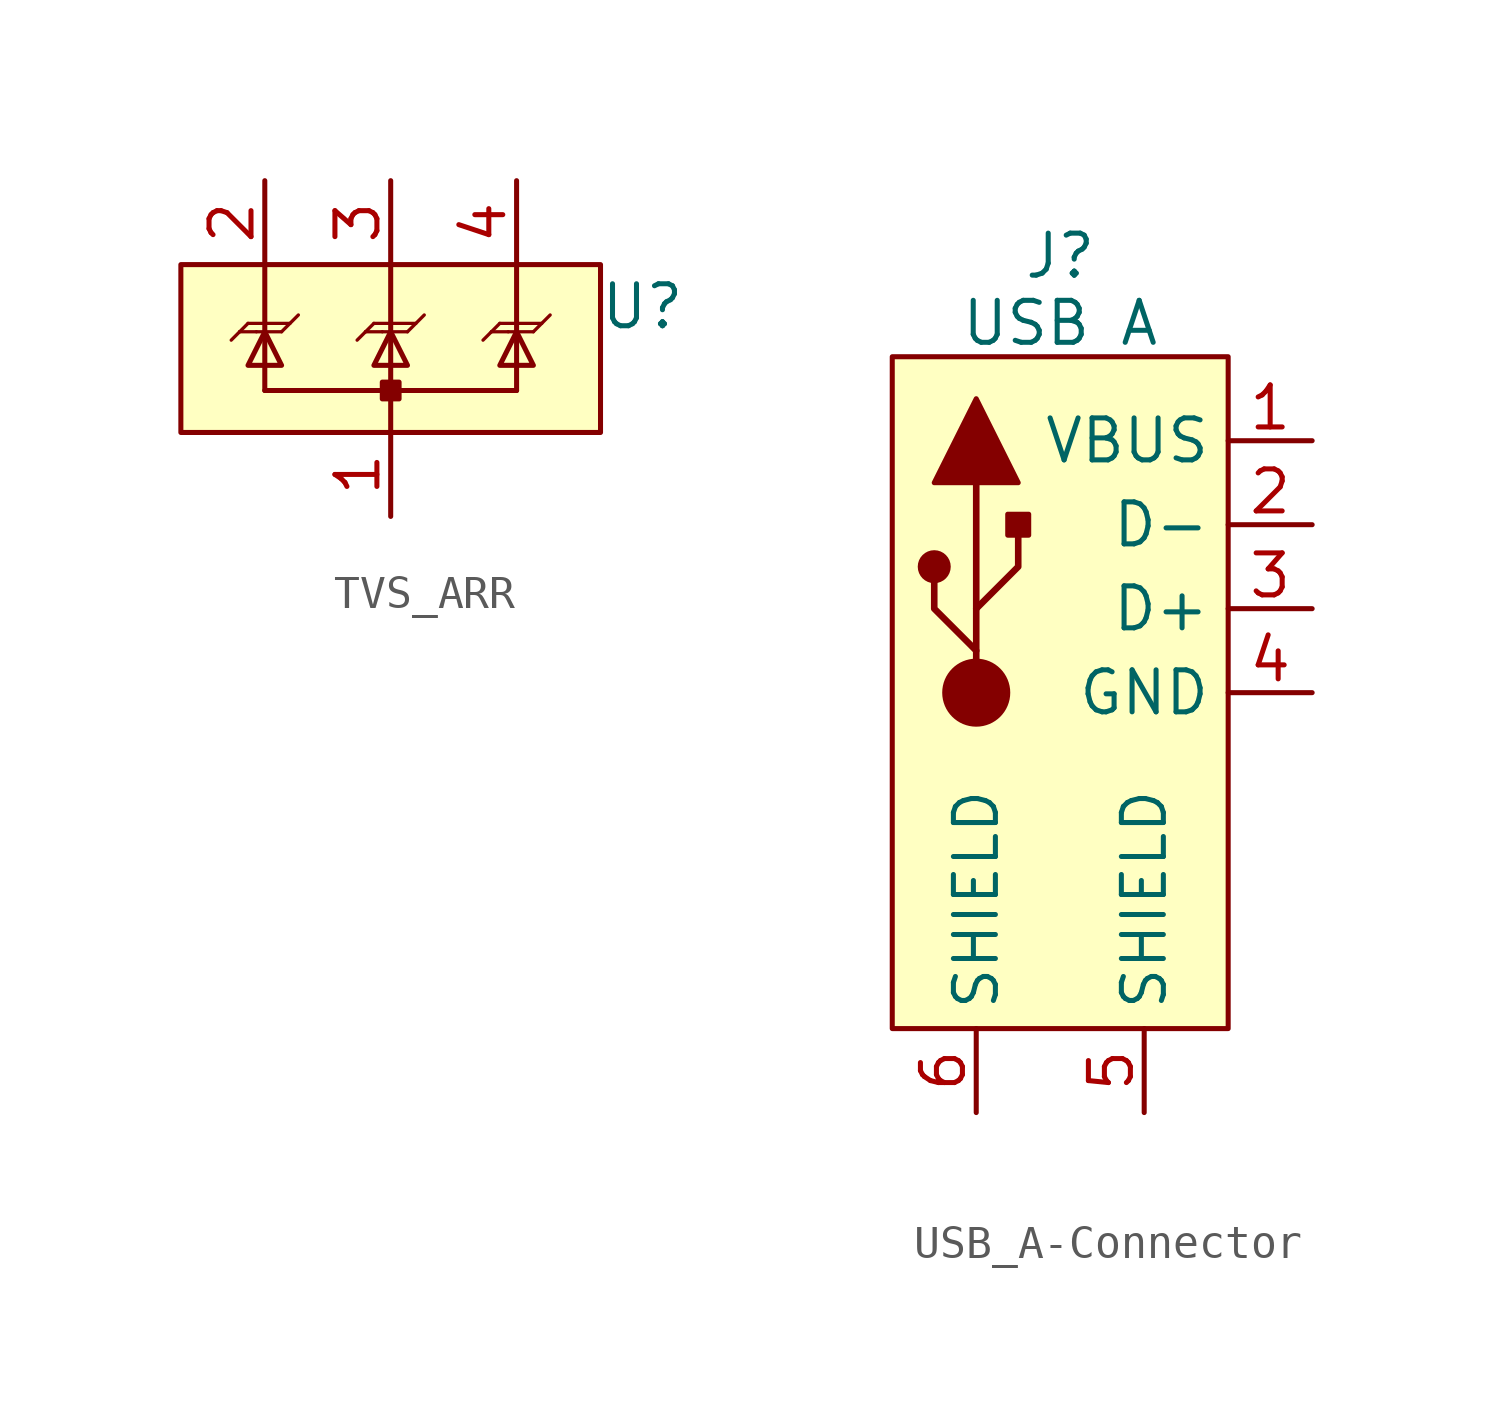
<source format=kicad_sym>
(kicad_symbol_lib
  (version 20241209)
  (generator "kicad_symbol_editor")
  (generator_version "9.0")
  (symbol "TVS_ARR"
    (pin_names
      (offset 0)
      (hide yes))
    (property "Reference" "U"
      (at 7.62 1.27 0)
      (effects (font (size 1.27 1.27))))
    (property "Value" ""
      (at 0 0 0)
      (effects (font (size 1.27 1.27))))
    (symbol "TVS_ARR_0_1"
      (polyline (pts (xy -3.81 -1.27) (xy 0 -1.27)) (stroke (width 0) (type default)) (fill (type none)))
      (polyline (pts (xy 0 -1.27) (xy 0 -2.54)) (stroke (width 0) (type default)) (fill (type none)))
      (polyline (pts (xy 3.81 -1.27) (xy 0 -1.27)) (stroke (width 0) (type default)) (fill (type none))))
    (symbol "TVS_ARR_1_1"
      (rectangle (start -6.35 2.54) (end 6.35 -2.54) (stroke (width 0) (type solid)) (fill (type background)))
      (polyline (pts (xy -4.572 0.508) (xy -4.826 0.254)) (stroke (width 0.1) (type solid)) (fill (type none)))
      (polyline (pts (xy -4.572 0.508) (xy -4.318 0.762)) (stroke (width 0.1) (type solid)) (fill (type none)))
      (polyline (pts (xy -4.318 0.762) (xy -3.048 0.762)) (stroke (width 0.1) (type solid)) (fill (type none)))
      (polyline (pts (xy -4.064 0.508) (xy -4.572 0.508)) (stroke (width 0.1) (type solid)) (fill (type none)))
      (polyline (pts (xy -4.064 0.508) (xy -3.302 0.508)) (stroke (width 0.1) (type solid)) (fill (type none)))
      (polyline (pts (xy -3.81 0.508) (xy -4.318 -0.508) (xy -3.302 -0.508) (xy -3.81 0.508)) (stroke (width 0) (type default)) (fill (type none)))
      (polyline (pts (xy -3.81 -1.27) (xy -3.81 2.54)) (stroke (width 0) (type default)) (fill (type none)))
      (polyline (pts (xy -3.302 0.508) (xy -2.794 1.016)) (stroke (width 0.1) (type solid)) (fill (type none)))
      (polyline (pts (xy -0.762 0.508) (xy -1.016 0.254)) (stroke (width 0.1) (type solid)) (fill (type none)))
      (polyline (pts (xy -0.762 0.508) (xy -0.508 0.762)) (stroke (width 0.1) (type solid)) (fill (type none)))
      (polyline (pts (xy -0.508 0.762) (xy 0.762 0.762)) (stroke (width 0.1) (type solid)) (fill (type none)))
      (polyline (pts (xy -0.254 0.508) (xy -0.762 0.508)) (stroke (width 0.1) (type solid)) (fill (type none)))
      (polyline (pts (xy -0.254 0.508) (xy 0.508 0.508)) (stroke (width 0.1) (type solid)) (fill (type none)))
      (rectangle (start -0.254 -1.016) (end 0.254 -1.524) (stroke (width 0) (type solid)) (fill (type outline)))
      (polyline (pts (xy 0 0.508) (xy -0.508 -0.508) (xy 0.508 -0.508) (xy 0 0.508)) (stroke (width 0) (type default)) (fill (type none)))
      (polyline (pts (xy 0 -1.27) (xy 0 2.54)) (stroke (width 0) (type default)) (fill (type none)))
      (polyline (pts (xy 0.508 0.508) (xy 1.016 1.016)) (stroke (width 0.1) (type solid)) (fill (type none)))
      (polyline (pts (xy 3.048 0.508) (xy 2.794 0.254)) (stroke (width 0.1) (type solid)) (fill (type none)))
      (polyline (pts (xy 3.048 0.508) (xy 3.302 0.762)) (stroke (width 0.1) (type solid)) (fill (type none)))
      (polyline (pts (xy 3.302 0.762) (xy 4.572 0.762)) (stroke (width 0.1) (type solid)) (fill (type none)))
      (polyline (pts (xy 3.556 0.508) (xy 3.048 0.508)) (stroke (width 0.1) (type solid)) (fill (type none)))
      (polyline (pts (xy 3.556 0.508) (xy 4.318 0.508)) (stroke (width 0.1) (type solid)) (fill (type none)))
      (polyline (pts (xy 3.81 0.508) (xy 3.302 -0.508) (xy 4.318 -0.508) (xy 3.81 0.508)) (stroke (width 0) (type default)) (fill (type none)))
      (polyline (pts (xy 3.81 -1.27) (xy 3.81 2.54)) (stroke (width 0) (type default)) (fill (type none)))
      (polyline (pts (xy 4.318 0.508) (xy 4.826 1.016)) (stroke (width 0.1) (type solid)) (fill (type none)))
      (pin passive line (at -3.81 5.08 270) (length 2.54) (name "I/O_1" (effects (font (size 1.27 1.27)))) (number "2" (effects (font (size 1.27 1.27)))))
      (pin passive line (at 0 5.08 270) (length 2.54) (name "I/O_2" (effects (font (size 1.27 1.27)))) (number "3" (effects (font (size 1.27 1.27)))))
      (pin passive line (at 0 -5.08 90) (length 2.54) (name "GND" (effects (font (size 1.27 1.27)))) (number "1" (effects (font (size 1.27 1.27)))))
      (pin passive line (at 3.81 5.08 270) (length 2.54) (name "I/O_3" (effects (font (size 1.27 1.27)))) (number "4" (effects (font (size 1.27 1.27)))))))
  (symbol "USB_A-Connector"
    (property "Reference" "J"
      (at 0 13.208 0)
      (effects (font (size 1.27 1.27))))
    (property "Value" "USB A"
      (at 0 11.176 0)
      (effects (font (size 1.27 1.27))))
    (symbol "USB_A-Connector_1_1"
      (rectangle (start -5.08 10.16) (end 5.08 -10.16) (stroke (width 0) (type solid)) (fill (type background)))
      (polyline (pts (xy -3.81 6.35) (xy -2.54 8.89) (xy -1.27 6.35) (xy -3.81 6.35)) (stroke (width 0) (type solid)) (fill (type outline)))
      (circle (center -3.81 3.81) (radius 0.423) (stroke (width 0) (type solid)) (fill (type outline)))
      (polyline (pts (xy -2.54 2.54) (xy -1.27 3.81) (xy -1.27 5.08)) (stroke (width 0.2) (type default)) (fill (type none)))
      (polyline (pts (xy -2.54 1.27) (xy -3.81 2.54) (xy -3.81 3.81)) (stroke (width 0.2) (type default)) (fill (type none)))
      (circle (center -2.54 0) (radius 0.953) (stroke (width 0) (type solid)) (fill (type outline)))
      (polyline (pts (xy -2.54 0) (xy -2.54 6.35)) (stroke (width 0.2) (type solid)) (fill (type none)))
      (rectangle (start -1.587 5.397) (end -0.953 4.763) (stroke (width 0) (type solid)) (fill (type outline)))
      (pin power_in line (at -2.54 -12.7 90) (length 2.54) (name "SHIELD" (effects (font (size 1.27 1.27)))) (number "6" (effects (font (size 1.27 1.27)))))
      (pin power_in line (at 2.54 -12.7 90) (length 2.54) (name "SHIELD" (effects (font (size 1.27 1.27)))) (number "5" (effects (font (size 1.27 1.27)))))
      (pin power_out line (at 7.62 7.62 180) (length 2.54) (name "VBUS" (effects (font (size 1.27 1.27)))) (number "1" (effects (font (size 1.27 1.27)))))
      (pin output line (at 7.62 5.08 180) (length 2.54) (name "D-" (effects (font (size 1.27 1.27)))) (number "2" (effects (font (size 1.27 1.27)))))
      (pin output line (at 7.62 2.54 180) (length 2.54) (name "D+" (effects (font (size 1.27 1.27)))) (number "3" (effects (font (size 1.27 1.27)))))
      (pin power_out line (at 7.62 0 180) (length 2.54) (name "GND" (effects (font (size 1.27 1.27)))) (number "4" (effects (font (size 1.27 1.27))))))))
</source>
